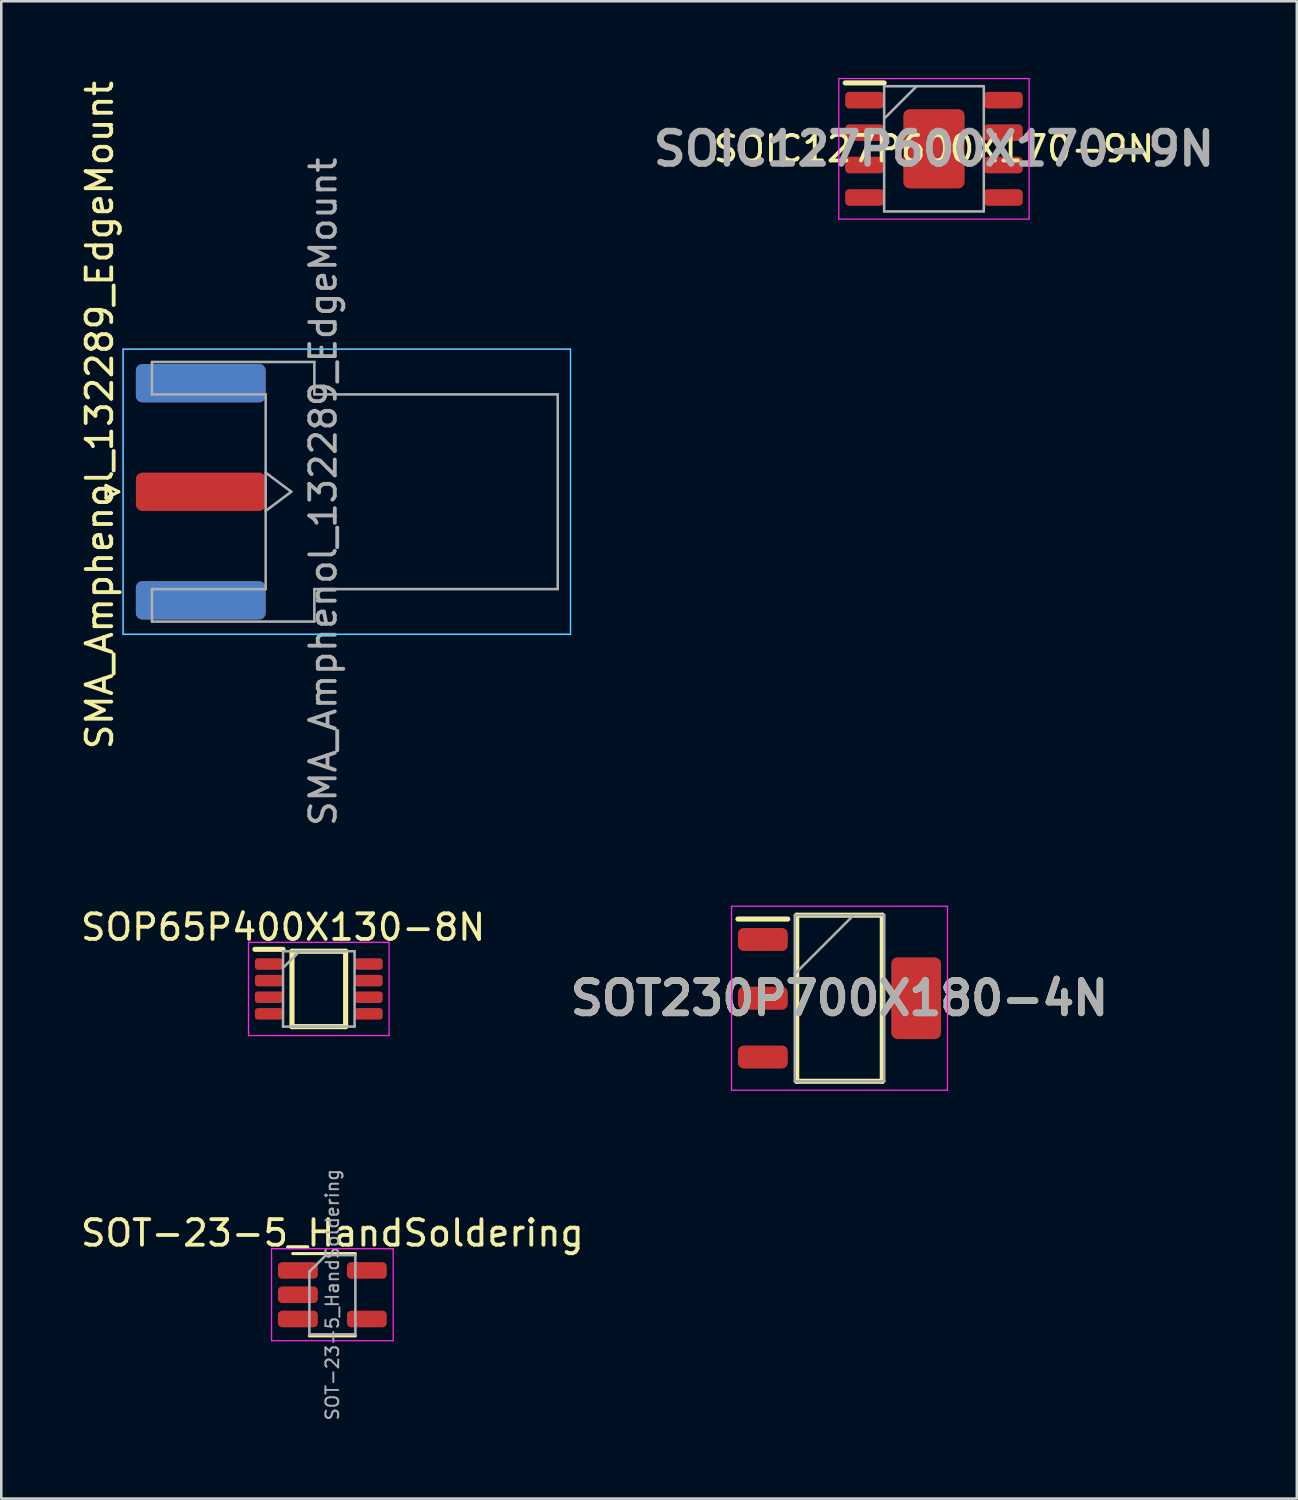
<source format=kicad_pcb>
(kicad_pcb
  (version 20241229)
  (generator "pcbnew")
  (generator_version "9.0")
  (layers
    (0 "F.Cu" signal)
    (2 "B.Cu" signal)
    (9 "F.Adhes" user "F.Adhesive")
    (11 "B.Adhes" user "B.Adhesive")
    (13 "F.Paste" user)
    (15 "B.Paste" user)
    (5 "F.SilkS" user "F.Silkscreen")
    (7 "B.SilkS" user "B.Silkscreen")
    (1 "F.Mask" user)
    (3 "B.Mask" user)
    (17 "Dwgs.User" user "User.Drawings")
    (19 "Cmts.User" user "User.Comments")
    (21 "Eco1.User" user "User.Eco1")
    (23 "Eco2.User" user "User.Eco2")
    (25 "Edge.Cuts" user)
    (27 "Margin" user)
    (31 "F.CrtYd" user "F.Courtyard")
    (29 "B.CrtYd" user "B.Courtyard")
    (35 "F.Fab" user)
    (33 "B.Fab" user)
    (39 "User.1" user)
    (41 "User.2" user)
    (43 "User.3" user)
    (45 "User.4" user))
  (footprint "SOT230P700X180-4N"
    (layer "F.Cu")
    (at 29.806 36.018)
    (property "Reference" "SOT230P700X180-4N" (at 0 0 0) (layer "F.SilkS") (effects (font (size 1.27 1.27) (thickness 0.254))))
    (attr smd)
    (fp_line (start -3.975 -3.1) (end -2.025 -3.1) (stroke (width 0.2) (type solid)) (layer "F.SilkS"))
    (fp_line (start -1.675 -3.25) (end 1.675 -3.25) (stroke (width 0.2) (type solid)) (layer "F.SilkS"))
    (fp_line (start -1.675 3.25) (end -1.675 -3.25) (stroke (width 0.2) (type solid)) (layer "F.SilkS"))
    (fp_line (start 1.675 -3.25) (end 1.675 3.25) (stroke (width 0.2) (type solid)) (layer "F.SilkS"))
    (fp_line (start 1.675 3.25) (end -1.675 3.25) (stroke (width 0.2) (type solid)) (layer "F.SilkS"))
    (fp_line (start -4.225 -3.6) (end 4.225 -3.6) (stroke (width 0.05) (type solid)) (layer "F.CrtYd"))
    (fp_line (start -4.225 3.6) (end -4.225 -3.6) (stroke (width 0.05) (type solid)) (layer "F.CrtYd"))
    (fp_line (start 4.225 -3.6) (end 4.225 3.6) (stroke (width 0.05) (type solid)) (layer "F.CrtYd"))
    (fp_line (start 4.225 3.6) (end -4.225 3.6) (stroke (width 0.05) (type solid)) (layer "F.CrtYd"))
    (fp_line (start -1.75 -3.25) (end 1.75 -3.25) (stroke (width 0.1) (type solid)) (layer "F.Fab"))
    (fp_line (start -1.75 -0.95) (end 0.55 -3.25) (stroke (width 0.1) (type solid)) (layer "F.Fab"))
    (fp_line (start -1.75 3.25) (end -1.75 -3.25) (stroke (width 0.1) (type solid)) (layer "F.Fab"))
    (fp_line (start 1.75 -3.25) (end 1.75 3.25) (stroke (width 0.1) (type solid)) (layer "F.Fab"))
    (fp_line (start 1.75 3.25) (end -1.75 3.25) (stroke (width 0.1) (type solid)) (layer "F.Fab"))
    (fp_text user "${REFERENCE}" (at 0 0 0) (layer "F.Fab") (effects (font (size 1.27 1.27) (thickness 0.254))))
    (pad "1" smd roundrect (at -3 -2.3 90) (size 0.9 1.95) (layers "F.Cu" "F.Mask" "F.Paste") (roundrect_rratio 0.25))
    (pad "2" smd roundrect (at -3 0 90) (size 0.9 1.95) (layers "F.Cu" "F.Mask" "F.Paste") (roundrect_rratio 0.25))
    (pad "3" smd roundrect (at -3 2.3 90) (size 0.9 1.95) (layers "F.Cu" "F.Mask" "F.Paste") (roundrect_rratio 0.25))
    (pad "4" smd roundrect (at 3 0) (size 1.95 3.2) (layers "F.Cu" "F.Mask" "F.Paste") (roundrect_rratio 0.128)))
  (footprint "SMA_Amphenol_132289_EdgeMount"
    (layer "F.Cu")
    (at 4.808 16.196)
    (property "Reference" "SMA_Amphenol_132289_EdgeMount" (at -3.96 -3 90) (layer "F.SilkS") (effects (font (size 1 1) (thickness 0.15))))
    (attr smd)
    (fp_line (start -3.71 -0.25) (end -3.71 0.25) (stroke (width 0.12) (type solid)) (layer "F.SilkS"))
    (fp_line (start -3.71 0.25) (end -3.21 0) (stroke (width 0.12) (type solid)) (layer "F.SilkS"))
    (fp_line (start -3.21 0) (end -3.71 -0.25) (stroke (width 0.12) (type solid)) (layer "F.SilkS"))
    (fp_line (start -3.04 5.58) (end -3.04 -5.58) (stroke (width 0.05) (type solid)) (layer "B.CrtYd"))
    (fp_line (start 14.47 -5.58) (end -3.04 -5.58) (stroke (width 0.05) (type solid)) (layer "B.CrtYd"))
    (fp_line (start 14.47 -5.58) (end 14.47 5.58) (stroke (width 0.05) (type solid)) (layer "B.CrtYd"))
    (fp_line (start 14.47 5.58) (end -3.04 5.58) (stroke (width 0.05) (type solid)) (layer "B.CrtYd"))
    (fp_line (start -3.04 5.58) (end -3.04 -5.58) (stroke (width 0.05) (type solid)) (layer "F.CrtYd"))
    (fp_line (start 14.47 -5.58) (end -3.04 -5.58) (stroke (width 0.05) (type solid)) (layer "F.CrtYd"))
    (fp_line (start 14.47 -5.58) (end 14.47 5.58) (stroke (width 0.05) (type solid)) (layer "F.CrtYd"))
    (fp_line (start 14.47 5.58) (end -3.04 5.58) (stroke (width 0.05) (type solid)) (layer "F.CrtYd"))
    (fp_line (start -1.91 -5.08) (end -1.91 -3.81) (stroke (width 0.1) (type solid)) (layer "F.Fab"))
    (fp_line (start -1.91 -5.08) (end 4.445 -5.08) (stroke (width 0.1) (type solid)) (layer "F.Fab"))
    (fp_line (start -1.91 -3.81) (end 2.54 -3.81) (stroke (width 0.1) (type solid)) (layer "F.Fab"))
    (fp_line (start -1.91 3.81) (end -1.91 5.08) (stroke (width 0.1) (type solid)) (layer "F.Fab"))
    (fp_line (start -1.91 5.08) (end 4.445 5.08) (stroke (width 0.1) (type solid)) (layer "F.Fab"))
    (fp_line (start 2.54 -3.81) (end 2.54 3.81) (stroke (width 0.1) (type solid)) (layer "F.Fab"))
    (fp_line (start 2.54 -0.75) (end 3.54 0) (stroke (width 0.1) (type solid)) (layer "F.Fab"))
    (fp_line (start 2.54 3.81) (end -1.91 3.81) (stroke (width 0.1) (type solid)) (layer "F.Fab"))
    (fp_line (start 3.54 0) (end 2.54 0.75) (stroke (width 0.1) (type solid)) (layer "F.Fab"))
    (fp_line (start 4.445 -3.81) (end 4.445 -5.08) (stroke (width 0.1) (type solid)) (layer "F.Fab"))
    (fp_line (start 4.445 -3.81) (end 13.97 -3.81) (stroke (width 0.1) (type solid)) (layer "F.Fab"))
    (fp_line (start 4.445 5.08) (end 4.445 3.81) (stroke (width 0.1) (type solid)) (layer "F.Fab"))
    (fp_line (start 13.97 -3.81) (end 13.97 3.81) (stroke (width 0.1) (type solid)) (layer "F.Fab"))
    (fp_line (start 13.97 3.81) (end 4.445 3.81) (stroke (width 0.1) (type solid)) (layer "F.Fab"))
    (fp_text user "${REFERENCE}" (at 4.79 0 270) (layer "F.Fab") (effects (font (size 1 1) (thickness 0.15))))
    (pad "1" smd roundrect (at 0 0 90) (size 1.5 5.08) (layers "F.Cu" "F.Mask" "F.Paste") (roundrect_rratio 0.167))
    (pad "2" smd roundrect (at 0 -4.25 90) (size 1.5 5.08) (layers "F.Cu" "F.Mask" "F.Paste") (roundrect_rratio 0.167))
    (pad "2" smd roundrect (at 0 -4.25 90) (size 1.5 5.08) (layers "B.Cu" "B.Mask" "B.Paste") (roundrect_rratio 0.167))
    (pad "2" smd roundrect (at 0 4.25 90) (size 1.5 5.08) (layers "F.Cu" "F.Mask" "F.Paste") (roundrect_rratio 0.167))
    (pad "2" smd roundrect (at 0 4.25 90) (size 1.5 5.08) (layers "B.Cu" "B.Mask" "B.Paste") (roundrect_rratio 0.167)))
  (footprint "SOT-23-5_HandSoldering"
    (layer "F.Cu")
    (at 9.958 47.622)
    (property "Reference" "SOT-23-5_HandSoldering" (at 0 -2.413 0) (layer "F.SilkS") (effects (font (size 1 1) (thickness 0.15))))
    (attr smd)
    (fp_line (start -0.9 1.61) (end 0.9 1.61) (stroke (width 0.12) (type solid)) (layer "F.SilkS"))
    (fp_line (start 0.9 -1.61) (end -1.55 -1.61) (stroke (width 0.12) (type solid)) (layer "F.SilkS"))
    (fp_line (start -2.38 -1.8) (end -2.38 1.8) (stroke (width 0.05) (type solid)) (layer "F.CrtYd"))
    (fp_line (start -2.38 -1.8) (end 2.38 -1.8) (stroke (width 0.05) (type solid)) (layer "F.CrtYd"))
    (fp_line (start 2.38 1.8) (end -2.38 1.8) (stroke (width 0.05) (type solid)) (layer "F.CrtYd"))
    (fp_line (start 2.38 1.8) (end 2.38 -1.8) (stroke (width 0.05) (type solid)) (layer "F.CrtYd"))
    (fp_line (start -0.9 -0.9) (end -0.9 1.55) (stroke (width 0.1) (type solid)) (layer "F.Fab"))
    (fp_line (start -0.9 -0.9) (end -0.25 -1.55) (stroke (width 0.1) (type solid)) (layer "F.Fab"))
    (fp_line (start 0.9 -1.55) (end -0.25 -1.55) (stroke (width 0.1) (type solid)) (layer "F.Fab"))
    (fp_line (start 0.9 -1.55) (end 0.9 1.55) (stroke (width 0.1) (type solid)) (layer "F.Fab"))
    (fp_line (start 0.9 1.55) (end -0.9 1.55) (stroke (width 0.1) (type solid)) (layer "F.Fab"))
    (fp_text user "${REFERENCE}" (at 0 0 90) (layer "F.Fab") (effects (font (size 0.5 0.5) (thickness 0.075))))
    (pad "1" smd roundrect (at -1.35 -0.95) (size 1.56 0.65) (layers "F.Cu" "F.Mask" "F.Paste") (roundrect_rratio 0.25))
    (pad "2" smd roundrect (at -1.35 0) (size 1.56 0.65) (layers "F.Cu" "F.Mask" "F.Paste") (roundrect_rratio 0.25))
    (pad "3" smd roundrect (at -1.35 0.95) (size 1.56 0.65) (layers "F.Cu" "F.Mask" "F.Paste") (roundrect_rratio 0.25))
    (pad "4" smd roundrect (at 1.35 0.95) (size 1.56 0.65) (layers "F.Cu" "F.Mask" "F.Paste") (roundrect_rratio 0.25))
    (pad "5" smd roundrect (at 1.35 -0.95) (size 1.56 0.65) (layers "F.Cu" "F.Mask" "F.Paste") (roundrect_rratio 0.25)))
  (footprint "SOP65P400X130-8N"
    (layer "F.Cu")
    (at 9.427 35.654)
    (property "Reference" "SOP65P400X130-8N" (at -1.397 -2.413 0) (layer "F.SilkS") (effects (font (size 1 1) (thickness 0.15))))
    (attr smd)
    (fp_line (start -2.5 -1.55) (end -1.4 -1.55) (stroke (width 0.2) (type solid)) (layer "F.SilkS"))
    (fp_line (start -1.05 -1.475) (end 1.05 -1.475) (stroke (width 0.2) (type solid)) (layer "F.SilkS"))
    (fp_line (start -1.05 1.475) (end -1.05 -1.475) (stroke (width 0.2) (type solid)) (layer "F.SilkS"))
    (fp_line (start 1.05 -1.475) (end 1.05 1.475) (stroke (width 0.2) (type solid)) (layer "F.SilkS"))
    (fp_line (start 1.05 1.475) (end -1.05 1.475) (stroke (width 0.2) (type solid)) (layer "F.SilkS"))
    (fp_line (start -2.75 -1.825) (end 2.75 -1.825) (stroke (width 0.05) (type solid)) (layer "F.CrtYd"))
    (fp_line (start -2.75 1.825) (end -2.75 -1.825) (stroke (width 0.05) (type solid)) (layer "F.CrtYd"))
    (fp_line (start 2.75 -1.825) (end 2.75 1.825) (stroke (width 0.05) (type solid)) (layer "F.CrtYd"))
    (fp_line (start 2.75 1.825) (end -2.75 1.825) (stroke (width 0.05) (type solid)) (layer "F.CrtYd"))
    (fp_line (start -1.4 -1.475) (end 1.4 -1.475) (stroke (width 0.1) (type solid)) (layer "F.Fab"))
    (fp_line (start -1.4 -0.825) (end -0.75 -1.475) (stroke (width 0.1) (type solid)) (layer "F.Fab"))
    (fp_line (start -1.4 1.475) (end -1.4 -1.475) (stroke (width 0.1) (type solid)) (layer "F.Fab"))
    (fp_line (start 1.4 -1.475) (end 1.4 1.475) (stroke (width 0.1) (type solid)) (layer "F.Fab"))
    (fp_line (start 1.4 1.475) (end -1.4 1.475) (stroke (width 0.1) (type solid)) (layer "F.Fab"))
    (pad "1" smd roundrect (at -1.95 -0.975 90) (size 0.45 1.1) (layers "F.Cu" "F.Mask" "F.Paste") (roundrect_rratio 0.25))
    (pad "2" smd roundrect (at -1.95 -0.325 90) (size 0.45 1.1) (layers "F.Cu" "F.Mask" "F.Paste") (roundrect_rratio 0.25))
    (pad "3" smd roundrect (at -1.95 0.325 90) (size 0.45 1.1) (layers "F.Cu" "F.Mask" "F.Paste") (roundrect_rratio 0.25))
    (pad "4" smd roundrect (at -1.95 0.975 90) (size 0.45 1.1) (layers "F.Cu" "F.Mask" "F.Paste") (roundrect_rratio 0.25))
    (pad "5" smd roundrect (at 1.95 0.975 90) (size 0.45 1.1) (layers "F.Cu" "F.Mask" "F.Paste") (roundrect_rratio 0.25))
    (pad "6" smd roundrect (at 1.95 0.325 90) (size 0.45 1.1) (layers "F.Cu" "F.Mask" "F.Paste") (roundrect_rratio 0.25))
    (pad "7" smd roundrect (at 1.95 -0.325 90) (size 0.45 1.1) (layers "F.Cu" "F.Mask" "F.Paste") (roundrect_rratio 0.25))
    (pad "8" smd roundrect (at 1.95 -0.975 90) (size 0.45 1.1) (layers "F.Cu" "F.Mask" "F.Paste") (roundrect_rratio 0.25)))
  (footprint "SOIC127P600X170-9N"
    (layer "F.Cu")
    (at 33.503 2.775)
    (property "Reference" "SOIC127P600X170-9N" (at 0 0 0) (layer "F.SilkS") (effects (font (size 1 1) (thickness 0.15))))
    (attr smd)
    (fp_line (start -3.475 -2.58) (end -1.95 -2.58) (stroke (width 0.2) (type solid)) (layer "F.SilkS"))
    (fp_line (start -3.725 -2.75) (end 3.725 -2.75) (stroke (width 0.05) (type solid)) (layer "F.CrtYd"))
    (fp_line (start -3.725 2.75) (end -3.725 -2.75) (stroke (width 0.05) (type solid)) (layer "F.CrtYd"))
    (fp_line (start 3.725 -2.75) (end 3.725 2.75) (stroke (width 0.05) (type solid)) (layer "F.CrtYd"))
    (fp_line (start 3.725 2.75) (end -3.725 2.75) (stroke (width 0.05) (type solid)) (layer "F.CrtYd"))
    (fp_line (start -1.95 -2.45) (end 1.95 -2.45) (stroke (width 0.1) (type solid)) (layer "F.Fab"))
    (fp_line (start -1.95 -1.18) (end -0.68 -2.45) (stroke (width 0.1) (type solid)) (layer "F.Fab"))
    (fp_line (start -1.95 2.45) (end -1.95 -2.45) (stroke (width 0.1) (type solid)) (layer "F.Fab"))
    (fp_line (start 1.95 -2.45) (end 1.95 2.45) (stroke (width 0.1) (type solid)) (layer "F.Fab"))
    (fp_line (start 1.95 2.45) (end -1.95 2.45) (stroke (width 0.1) (type solid)) (layer "F.Fab"))
    (fp_text user "${REFERENCE}" (at 0 0 0) (layer "F.Fab") (effects (font (size 1.27 1.27) (thickness 0.254))))
    (pad "1" smd roundrect (at -2.712 -1.905 90) (size 0.65 1.525) (layers "F.Cu" "F.Mask" "F.Paste") (roundrect_rratio 0.25))
    (pad "2" smd roundrect (at -2.712 -0.635 90) (size 0.65 1.525) (layers "F.Cu" "F.Mask" "F.Paste") (roundrect_rratio 0.25))
    (pad "3" smd roundrect (at -2.712 0.635 90) (size 0.65 1.525) (layers "F.Cu" "F.Mask" "F.Paste") (roundrect_rratio 0.25))
    (pad "4" smd roundrect (at -2.712 1.905 90) (size 0.65 1.525) (layers "F.Cu" "F.Mask" "F.Paste") (roundrect_rratio 0.25))
    (pad "5" smd roundrect (at 2.712 1.905 90) (size 0.65 1.525) (layers "F.Cu" "F.Mask" "F.Paste") (roundrect_rratio 0.25))
    (pad "6" smd roundrect (at 2.712 0.635 90) (size 0.65 1.525) (layers "F.Cu" "F.Mask" "F.Paste") (roundrect_rratio 0.25))
    (pad "7" smd roundrect (at 2.712 -0.635 90) (size 0.65 1.525) (layers "F.Cu" "F.Mask" "F.Paste") (roundrect_rratio 0.25))
    (pad "8" smd roundrect (at 2.712 -1.905 90) (size 0.65 1.525) (layers "F.Cu" "F.Mask" "F.Paste") (roundrect_rratio 0.25))
    (pad "9" smd roundrect (at 0 0) (size 2.4 3.1) (layers "F.Cu" "F.Mask" "F.Paste") (roundrect_rratio 0.104)))
  (gr_rect
    (start -3 -3)
    (end 47.704 55.601)
    (stroke (width 0.1) (type default))
    (fill no)
    (layer "Edge.Cuts")))
</source>
